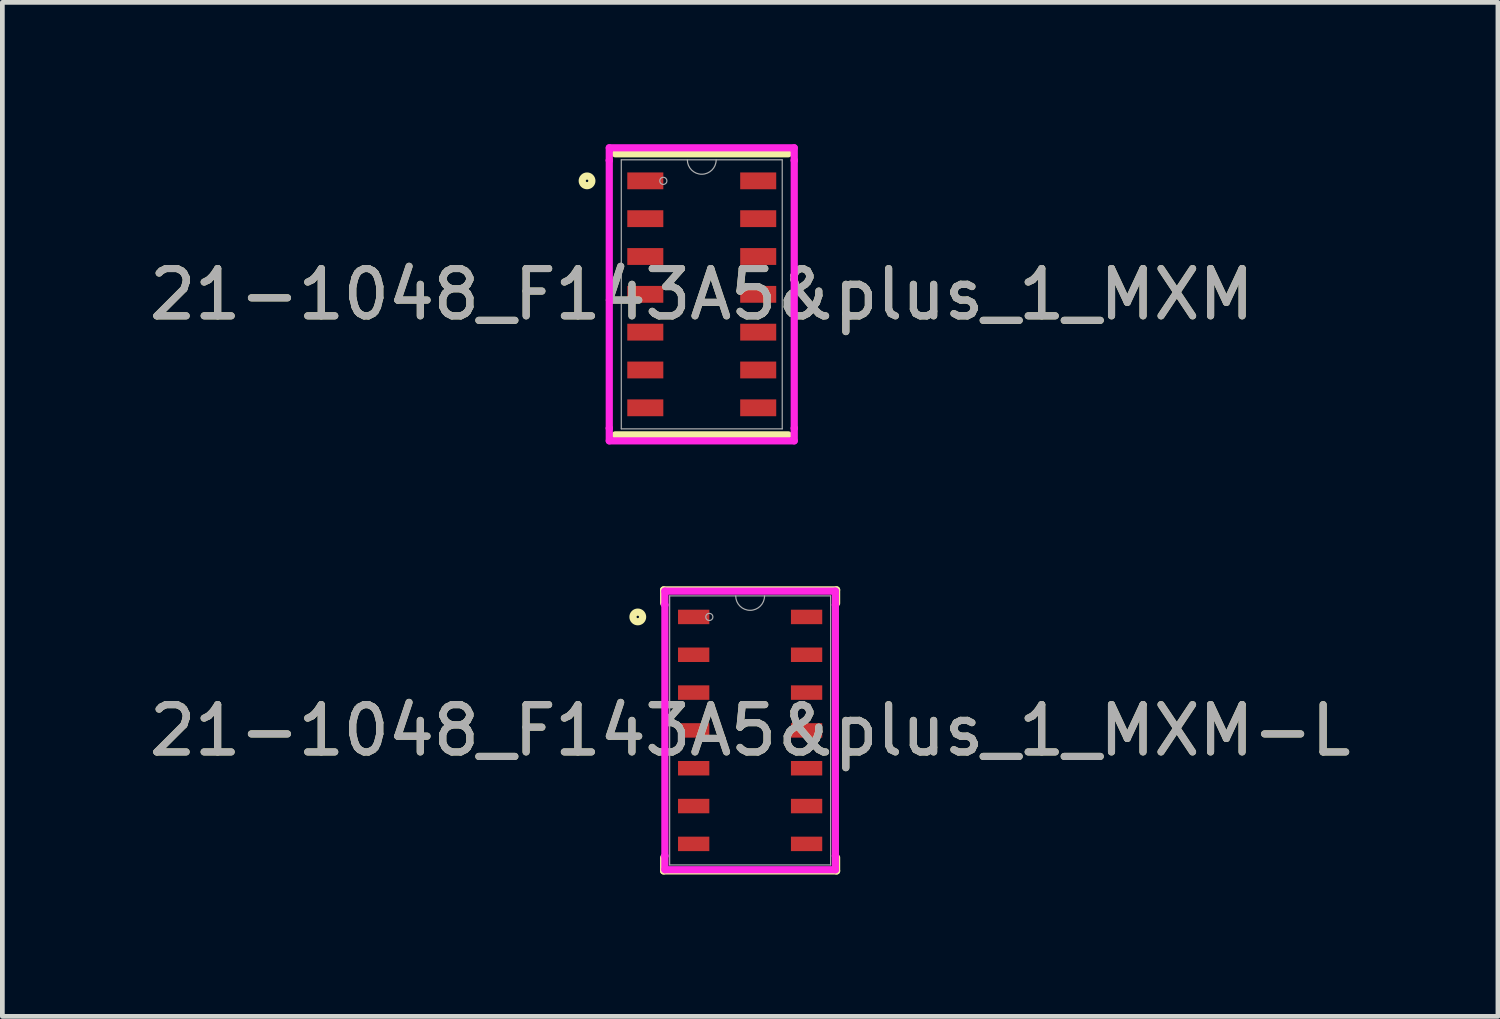
<source format=kicad_pcb>
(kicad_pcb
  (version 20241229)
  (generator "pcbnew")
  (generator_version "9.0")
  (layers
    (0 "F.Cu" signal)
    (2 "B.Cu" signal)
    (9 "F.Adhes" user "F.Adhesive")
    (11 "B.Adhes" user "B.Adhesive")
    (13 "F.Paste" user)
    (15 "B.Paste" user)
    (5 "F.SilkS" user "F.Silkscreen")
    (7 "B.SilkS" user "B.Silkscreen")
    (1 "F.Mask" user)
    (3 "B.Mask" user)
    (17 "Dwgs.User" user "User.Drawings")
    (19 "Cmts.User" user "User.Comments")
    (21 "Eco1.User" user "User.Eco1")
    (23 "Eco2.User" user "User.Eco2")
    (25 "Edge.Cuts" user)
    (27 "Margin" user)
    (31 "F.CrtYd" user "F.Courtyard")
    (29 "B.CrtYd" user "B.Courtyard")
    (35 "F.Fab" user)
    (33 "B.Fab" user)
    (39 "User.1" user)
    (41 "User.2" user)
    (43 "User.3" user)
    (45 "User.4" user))
  (footprint "21-1048_F143A5&plus_1_MXM"
    (layer "F.Cu")
    (at 11.792 3.175)
    (property "Reference" "21-1048_F143A5&plus_1_MXM" (at 0 0 0) (unlocked yes) (layer "F.SilkS") (effects (font (size 1 1) (thickness 0.15))))
    (attr smd)
    (fp_line (start -1.829 2.972) (end 1.829 2.972) (stroke (width 0.152) (type solid)) (layer "F.SilkS"))
    (fp_line (start 1.829 -2.972) (end -1.829 -2.972) (stroke (width 0.152) (type solid)) (layer "F.SilkS"))
    (fp_circle (center -2.426 -2.4) (end -2.324 -2.4) (stroke (width 0.152) (type solid)) (fill no) (layer "F.SilkS"))
    (fp_line (start -1.956 -3.099) (end 1.956 -3.099) (stroke (width 0.152) (type solid)) (layer "F.CrtYd"))
    (fp_line (start -1.956 -2.832) (end -1.956 -3.099) (stroke (width 0.152) (type solid)) (layer "F.CrtYd"))
    (fp_line (start -1.956 -2.832) (end -1.956 -2.832) (stroke (width 0.152) (type solid)) (layer "F.CrtYd"))
    (fp_line (start -1.956 2.832) (end -1.956 -2.832) (stroke (width 0.152) (type solid)) (layer "F.CrtYd"))
    (fp_line (start -1.956 2.832) (end -1.956 2.832) (stroke (width 0.152) (type solid)) (layer "F.CrtYd"))
    (fp_line (start -1.956 3.099) (end -1.956 2.832) (stroke (width 0.152) (type solid)) (layer "F.CrtYd"))
    (fp_line (start 1.956 -3.099) (end 1.956 -2.832) (stroke (width 0.152) (type solid)) (layer "F.CrtYd"))
    (fp_line (start 1.956 -2.832) (end 1.956 -2.832) (stroke (width 0.152) (type solid)) (layer "F.CrtYd"))
    (fp_line (start 1.956 -2.832) (end 1.956 2.832) (stroke (width 0.152) (type solid)) (layer "F.CrtYd"))
    (fp_line (start 1.956 2.832) (end 1.956 2.832) (stroke (width 0.152) (type solid)) (layer "F.CrtYd"))
    (fp_line (start 1.956 2.832) (end 1.956 3.099) (stroke (width 0.152) (type solid)) (layer "F.CrtYd"))
    (fp_line (start 1.956 3.099) (end -1.956 3.099) (stroke (width 0.152) (type solid)) (layer "F.CrtYd"))
    (fp_line (start -1.702 -2.845) (end -1.702 2.845) (stroke (width 0.025) (type solid)) (layer "F.Fab"))
    (fp_line (start -1.702 2.845) (end 1.702 2.845) (stroke (width 0.025) (type solid)) (layer "F.Fab"))
    (fp_line (start 1.702 -2.845) (end -1.702 -2.845) (stroke (width 0.025) (type solid)) (layer "F.Fab"))
    (fp_line (start 1.702 2.845) (end 1.702 -2.845) (stroke (width 0.025) (type solid)) (layer "F.Fab"))
    (fp_arc (start 0.3048 -2.8448) (mid 0 -2.54) (end -0.3048 -2.8448) (stroke (width 0.0254) (type solid)) (layer "F.Fab"))
    (fp_circle (center -0.813 -2.4) (end -0.737 -2.4) (stroke (width 0.025) (type solid)) (fill no) (layer "F.Fab"))
    (fp_text user "${REFERENCE}" (at 0 0 0) (unlocked yes) (layer "F.Fab") (effects (font (size 1 1) (thickness 0.15))))
    (pad "1" smd rect (at -1.194 -2.4) (size 0.762 0.356) (layers "F.Cu" "F.Mask" "F.Paste"))
    (pad "2" smd rect (at -1.194 -1.6) (size 0.762 0.356) (layers "F.Cu" "F.Mask" "F.Paste"))
    (pad "3" smd rect (at -1.194 -0.8) (size 0.762 0.356) (layers "F.Cu" "F.Mask" "F.Paste"))
    (pad "4" smd rect (at -1.194 0) (size 0.762 0.356) (layers "F.Cu" "F.Mask" "F.Paste"))
    (pad "5" smd rect (at -1.194 0.8) (size 0.762 0.356) (layers "F.Cu" "F.Mask" "F.Paste"))
    (pad "6" smd rect (at -1.194 1.6) (size 0.762 0.356) (layers "F.Cu" "F.Mask" "F.Paste"))
    (pad "7" smd rect (at -1.194 2.4) (size 0.762 0.356) (layers "F.Cu" "F.Mask" "F.Paste"))
    (pad "8" smd rect (at 1.194 2.4) (size 0.762 0.356) (layers "F.Cu" "F.Mask" "F.Paste"))
    (pad "9" smd rect (at 1.194 1.6) (size 0.762 0.356) (layers "F.Cu" "F.Mask" "F.Paste"))
    (pad "10" smd rect (at 1.194 0.8) (size 0.762 0.356) (layers "F.Cu" "F.Mask" "F.Paste"))
    (pad "11" smd rect (at 1.194 0) (size 0.762 0.356) (layers "F.Cu" "F.Mask" "F.Paste"))
    (pad "12" smd rect (at 1.194 -0.8) (size 0.762 0.356) (layers "F.Cu" "F.Mask" "F.Paste"))
    (pad "13" smd rect (at 1.194 -1.6) (size 0.762 0.356) (layers "F.Cu" "F.Mask" "F.Paste"))
    (pad "14" smd rect (at 1.194 -2.4) (size 0.762 0.356) (layers "F.Cu" "F.Mask" "F.Paste")))
  (footprint "21-1048_F143A5&plus_1_MXM-L"
    (layer "F.Cu")
    (at 12.815 12.398)
    (property "Reference" "21-1048_F143A5&plus_1_MXM-L" (at 0 0 0) (unlocked yes) (layer "F.SilkS") (effects (font (size 1 1) (thickness 0.15))))
    (attr smd)
    (fp_line (start -1.829 -2.972) (end -1.829 -2.689) (stroke (width 0.152) (type solid)) (layer "F.SilkS"))
    (fp_line (start -1.829 2.689) (end -1.829 2.972) (stroke (width 0.152) (type solid)) (layer "F.SilkS"))
    (fp_line (start -1.829 2.972) (end 1.829 2.972) (stroke (width 0.152) (type solid)) (layer "F.SilkS"))
    (fp_line (start 1.829 -2.972) (end -1.829 -2.972) (stroke (width 0.152) (type solid)) (layer "F.SilkS"))
    (fp_line (start 1.829 -2.689) (end 1.829 -2.972) (stroke (width 0.152) (type solid)) (layer "F.SilkS"))
    (fp_line (start 1.829 2.972) (end 1.829 2.689) (stroke (width 0.152) (type solid)) (layer "F.SilkS"))
    (fp_circle (center -2.376 -2.4) (end -2.274 -2.4) (stroke (width 0.152) (type solid)) (fill no) (layer "F.SilkS"))
    (fp_line (start -1.803 -2.946) (end 1.803 -2.946) (stroke (width 0.152) (type solid)) (layer "F.CrtYd"))
    (fp_line (start -1.803 -2.654) (end -1.803 -2.946) (stroke (width 0.152) (type solid)) (layer "F.CrtYd"))
    (fp_line (start -1.803 -2.654) (end -1.803 -2.654) (stroke (width 0.152) (type solid)) (layer "F.CrtYd"))
    (fp_line (start -1.803 2.654) (end -1.803 -2.654) (stroke (width 0.152) (type solid)) (layer "F.CrtYd"))
    (fp_line (start -1.803 2.654) (end -1.803 2.654) (stroke (width 0.152) (type solid)) (layer "F.CrtYd"))
    (fp_line (start -1.803 2.946) (end -1.803 2.654) (stroke (width 0.152) (type solid)) (layer "F.CrtYd"))
    (fp_line (start 1.803 -2.946) (end 1.803 -2.654) (stroke (width 0.152) (type solid)) (layer "F.CrtYd"))
    (fp_line (start 1.803 -2.654) (end 1.803 -2.654) (stroke (width 0.152) (type solid)) (layer "F.CrtYd"))
    (fp_line (start 1.803 -2.654) (end 1.803 2.654) (stroke (width 0.152) (type solid)) (layer "F.CrtYd"))
    (fp_line (start 1.803 2.654) (end 1.803 2.654) (stroke (width 0.152) (type solid)) (layer "F.CrtYd"))
    (fp_line (start 1.803 2.654) (end 1.803 2.946) (stroke (width 0.152) (type solid)) (layer "F.CrtYd"))
    (fp_line (start 1.803 2.946) (end -1.803 2.946) (stroke (width 0.152) (type solid)) (layer "F.CrtYd"))
    (fp_line (start -1.702 -2.845) (end -1.702 2.845) (stroke (width 0.025) (type solid)) (layer "F.Fab"))
    (fp_line (start -1.702 2.845) (end 1.702 2.845) (stroke (width 0.025) (type solid)) (layer "F.Fab"))
    (fp_line (start 1.702 -2.845) (end -1.702 -2.845) (stroke (width 0.025) (type solid)) (layer "F.Fab"))
    (fp_line (start 1.702 2.845) (end 1.702 -2.845) (stroke (width 0.025) (type solid)) (layer "F.Fab"))
    (fp_arc (start 0.3048 -2.8448) (mid 0 -2.54) (end -0.3048 -2.8448) (stroke (width 0.0254) (type solid)) (layer "F.Fab"))
    (fp_circle (center -0.863 -2.4) (end -0.787 -2.4) (stroke (width 0.025) (type solid)) (fill no) (layer "F.Fab"))
    (fp_text user "${REFERENCE}" (at 0 0 0) (unlocked yes) (layer "F.Fab") (effects (font (size 1 1) (thickness 0.15))))
    (pad "1" smd rect (at -1.194 -2.4) (size 0.662 0.306) (layers "F.Cu" "F.Mask" "F.Paste"))
    (pad "2" smd rect (at -1.194 -1.6) (size 0.662 0.306) (layers "F.Cu" "F.Mask" "F.Paste"))
    (pad "3" smd rect (at -1.194 -0.8) (size 0.662 0.306) (layers "F.Cu" "F.Mask" "F.Paste"))
    (pad "4" smd rect (at -1.194 0) (size 0.662 0.306) (layers "F.Cu" "F.Mask" "F.Paste"))
    (pad "5" smd rect (at -1.194 0.8) (size 0.662 0.306) (layers "F.Cu" "F.Mask" "F.Paste"))
    (pad "6" smd rect (at -1.194 1.6) (size 0.662 0.306) (layers "F.Cu" "F.Mask" "F.Paste"))
    (pad "7" smd rect (at -1.194 2.4) (size 0.662 0.306) (layers "F.Cu" "F.Mask" "F.Paste"))
    (pad "8" smd rect (at 1.194 2.4) (size 0.662 0.306) (layers "F.Cu" "F.Mask" "F.Paste"))
    (pad "9" smd rect (at 1.194 1.6) (size 0.662 0.306) (layers "F.Cu" "F.Mask" "F.Paste"))
    (pad "10" smd rect (at 1.194 0.8) (size 0.662 0.306) (layers "F.Cu" "F.Mask" "F.Paste"))
    (pad "11" smd rect (at 1.194 0) (size 0.662 0.306) (layers "F.Cu" "F.Mask" "F.Paste"))
    (pad "12" smd rect (at 1.194 -0.8) (size 0.662 0.306) (layers "F.Cu" "F.Mask" "F.Paste"))
    (pad "13" smd rect (at 1.194 -1.6) (size 0.662 0.306) (layers "F.Cu" "F.Mask" "F.Paste"))
    (pad "14" smd rect (at 1.194 -2.4) (size 0.662 0.306) (layers "F.Cu" "F.Mask" "F.Paste")))
  (gr_rect
    (start -3 -3)
    (end 28.631 18.446)
    (stroke (width 0.1) (type default))
    (fill no)
    (layer "Edge.Cuts")))
</source>
